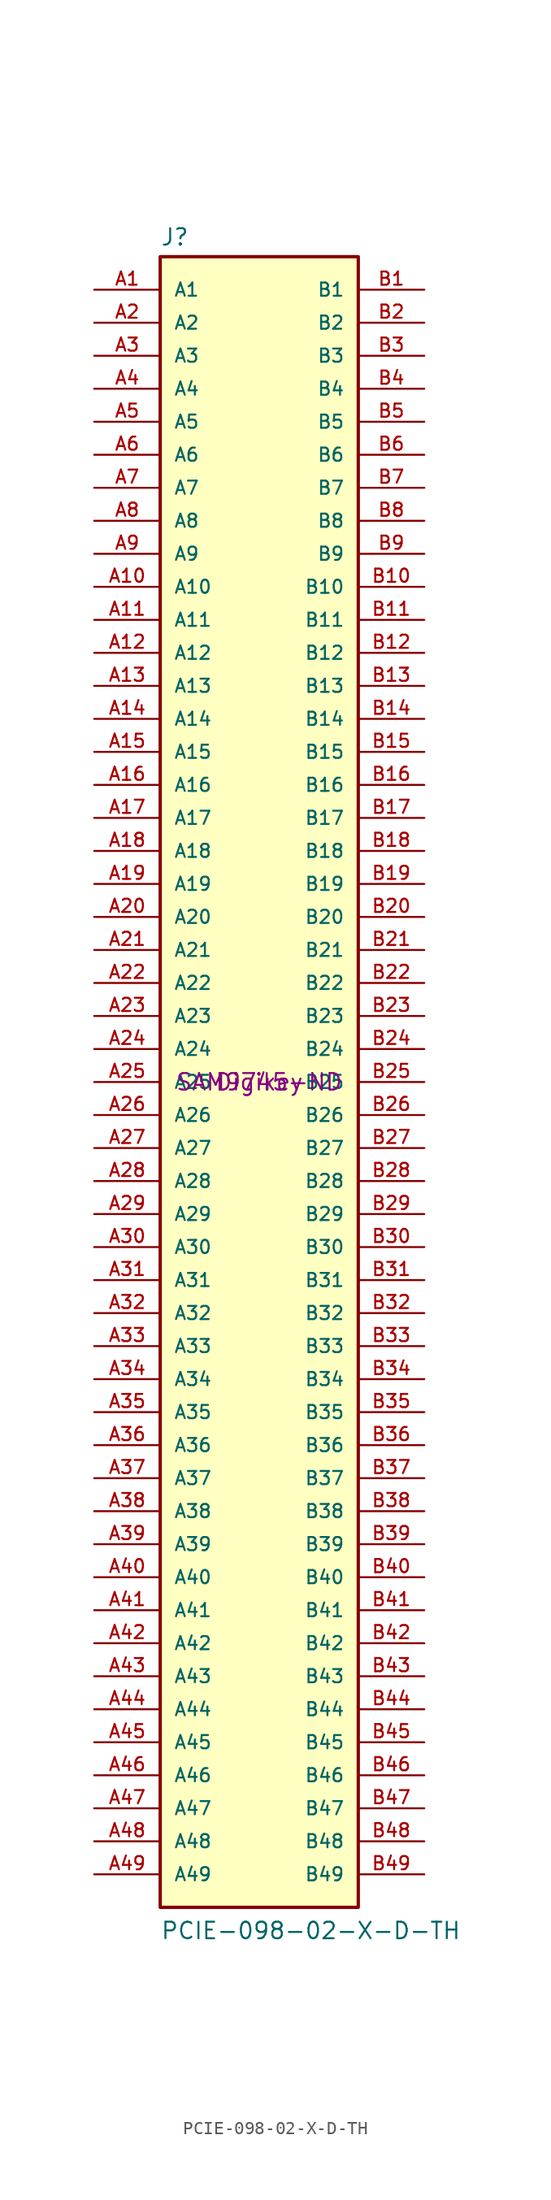
<source format=kicad_sym>
(kicad_symbol_lib
  (version 20220914)
  (generator kicad_symbol_editor)
  (symbol "PCIE-098-02-X-D-TH"
    (pin_names
      (offset 1.016))
    (property "Reference" "J"
      (at -7.62 64.262 0)
      (effects (font (size 1.27 1.27)) (justify left bottom)))
    (property "Value" "PCIE-098-02-X-D-TH"
      (at -7.62 -66.04 0)
      (effects (font (size 1.27 1.27)) (justify left bottom)))
    (property "Supplier" "Digikey"
      (at 0 0 0)
      (effects (font (size 1.27 1.27))))
    (property "Supplier Part No" "SAM9745-ND"
      (at 0 0 0)
      (effects (font (size 1.27 1.27))))
    (symbol "PCIE-098-02-X-D-TH_0_0"
      (rectangle (start -7.62 63.5) (end 7.62 -63.5) (stroke (width 0.254) (type default)) (fill (type background)))
      (pin passive line (at -12.7 60.96 0) (length 5.08) (name "A1" (effects (font (size 1.016 1.016)))) (number "A1" (effects (font (size 1.016 1.016)))))
      (pin passive line (at -12.7 38.1 0) (length 5.08) (name "A10" (effects (font (size 1.016 1.016)))) (number "A10" (effects (font (size 1.016 1.016)))))
      (pin passive line (at -12.7 35.56 0) (length 5.08) (name "A11" (effects (font (size 1.016 1.016)))) (number "A11" (effects (font (size 1.016 1.016)))))
      (pin passive line (at -12.7 33.02 0) (length 5.08) (name "A12" (effects (font (size 1.016 1.016)))) (number "A12" (effects (font (size 1.016 1.016)))))
      (pin passive line (at -12.7 30.48 0) (length 5.08) (name "A13" (effects (font (size 1.016 1.016)))) (number "A13" (effects (font (size 1.016 1.016)))))
      (pin passive line (at -12.7 27.94 0) (length 5.08) (name "A14" (effects (font (size 1.016 1.016)))) (number "A14" (effects (font (size 1.016 1.016)))))
      (pin passive line (at -12.7 25.4 0) (length 5.08) (name "A15" (effects (font (size 1.016 1.016)))) (number "A15" (effects (font (size 1.016 1.016)))))
      (pin passive line (at -12.7 22.86 0) (length 5.08) (name "A16" (effects (font (size 1.016 1.016)))) (number "A16" (effects (font (size 1.016 1.016)))))
      (pin passive line (at -12.7 20.32 0) (length 5.08) (name "A17" (effects (font (size 1.016 1.016)))) (number "A17" (effects (font (size 1.016 1.016)))))
      (pin passive line (at -12.7 17.78 0) (length 5.08) (name "A18" (effects (font (size 1.016 1.016)))) (number "A18" (effects (font (size 1.016 1.016)))))
      (pin passive line (at -12.7 15.24 0) (length 5.08) (name "A19" (effects (font (size 1.016 1.016)))) (number "A19" (effects (font (size 1.016 1.016)))))
      (pin passive line (at -12.7 58.42 0) (length 5.08) (name "A2" (effects (font (size 1.016 1.016)))) (number "A2" (effects (font (size 1.016 1.016)))))
      (pin passive line (at -12.7 12.7 0) (length 5.08) (name "A20" (effects (font (size 1.016 1.016)))) (number "A20" (effects (font (size 1.016 1.016)))))
      (pin passive line (at -12.7 10.16 0) (length 5.08) (name "A21" (effects (font (size 1.016 1.016)))) (number "A21" (effects (font (size 1.016 1.016)))))
      (pin passive line (at -12.7 7.62 0) (length 5.08) (name "A22" (effects (font (size 1.016 1.016)))) (number "A22" (effects (font (size 1.016 1.016)))))
      (pin passive line (at -12.7 5.08 0) (length 5.08) (name "A23" (effects (font (size 1.016 1.016)))) (number "A23" (effects (font (size 1.016 1.016)))))
      (pin passive line (at -12.7 2.54 0) (length 5.08) (name "A24" (effects (font (size 1.016 1.016)))) (number "A24" (effects (font (size 1.016 1.016)))))
      (pin passive line (at -12.7 0 0) (length 5.08) (name "A25" (effects (font (size 1.016 1.016)))) (number "A25" (effects (font (size 1.016 1.016)))))
      (pin passive line (at -12.7 -2.54 0) (length 5.08) (name "A26" (effects (font (size 1.016 1.016)))) (number "A26" (effects (font (size 1.016 1.016)))))
      (pin passive line (at -12.7 -5.08 0) (length 5.08) (name "A27" (effects (font (size 1.016 1.016)))) (number "A27" (effects (font (size 1.016 1.016)))))
      (pin passive line (at -12.7 -7.62 0) (length 5.08) (name "A28" (effects (font (size 1.016 1.016)))) (number "A28" (effects (font (size 1.016 1.016)))))
      (pin passive line (at -12.7 -10.16 0) (length 5.08) (name "A29" (effects (font (size 1.016 1.016)))) (number "A29" (effects (font (size 1.016 1.016)))))
      (pin passive line (at -12.7 55.88 0) (length 5.08) (name "A3" (effects (font (size 1.016 1.016)))) (number "A3" (effects (font (size 1.016 1.016)))))
      (pin passive line (at -12.7 -12.7 0) (length 5.08) (name "A30" (effects (font (size 1.016 1.016)))) (number "A30" (effects (font (size 1.016 1.016)))))
      (pin passive line (at -12.7 -15.24 0) (length 5.08) (name "A31" (effects (font (size 1.016 1.016)))) (number "A31" (effects (font (size 1.016 1.016)))))
      (pin passive line (at -12.7 -17.78 0) (length 5.08) (name "A32" (effects (font (size 1.016 1.016)))) (number "A32" (effects (font (size 1.016 1.016)))))
      (pin passive line (at -12.7 -20.32 0) (length 5.08) (name "A33" (effects (font (size 1.016 1.016)))) (number "A33" (effects (font (size 1.016 1.016)))))
      (pin passive line (at -12.7 -22.86 0) (length 5.08) (name "A34" (effects (font (size 1.016 1.016)))) (number "A34" (effects (font (size 1.016 1.016)))))
      (pin passive line (at -12.7 -25.4 0) (length 5.08) (name "A35" (effects (font (size 1.016 1.016)))) (number "A35" (effects (font (size 1.016 1.016)))))
      (pin passive line (at -12.7 -27.94 0) (length 5.08) (name "A36" (effects (font (size 1.016 1.016)))) (number "A36" (effects (font (size 1.016 1.016)))))
      (pin passive line (at -12.7 -30.48 0) (length 5.08) (name "A37" (effects (font (size 1.016 1.016)))) (number "A37" (effects (font (size 1.016 1.016)))))
      (pin passive line (at -12.7 -33.02 0) (length 5.08) (name "A38" (effects (font (size 1.016 1.016)))) (number "A38" (effects (font (size 1.016 1.016)))))
      (pin passive line (at -12.7 -35.56 0) (length 5.08) (name "A39" (effects (font (size 1.016 1.016)))) (number "A39" (effects (font (size 1.016 1.016)))))
      (pin passive line (at -12.7 53.34 0) (length 5.08) (name "A4" (effects (font (size 1.016 1.016)))) (number "A4" (effects (font (size 1.016 1.016)))))
      (pin passive line (at -12.7 -38.1 0) (length 5.08) (name "A40" (effects (font (size 1.016 1.016)))) (number "A40" (effects (font (size 1.016 1.016)))))
      (pin passive line (at -12.7 -40.64 0) (length 5.08) (name "A41" (effects (font (size 1.016 1.016)))) (number "A41" (effects (font (size 1.016 1.016)))))
      (pin passive line (at -12.7 -43.18 0) (length 5.08) (name "A42" (effects (font (size 1.016 1.016)))) (number "A42" (effects (font (size 1.016 1.016)))))
      (pin passive line (at -12.7 -45.72 0) (length 5.08) (name "A43" (effects (font (size 1.016 1.016)))) (number "A43" (effects (font (size 1.016 1.016)))))
      (pin passive line (at -12.7 -48.26 0) (length 5.08) (name "A44" (effects (font (size 1.016 1.016)))) (number "A44" (effects (font (size 1.016 1.016)))))
      (pin passive line (at -12.7 -50.8 0) (length 5.08) (name "A45" (effects (font (size 1.016 1.016)))) (number "A45" (effects (font (size 1.016 1.016)))))
      (pin passive line (at -12.7 -53.34 0) (length 5.08) (name "A46" (effects (font (size 1.016 1.016)))) (number "A46" (effects (font (size 1.016 1.016)))))
      (pin passive line (at -12.7 -55.88 0) (length 5.08) (name "A47" (effects (font (size 1.016 1.016)))) (number "A47" (effects (font (size 1.016 1.016)))))
      (pin passive line (at -12.7 -58.42 0) (length 5.08) (name "A48" (effects (font (size 1.016 1.016)))) (number "A48" (effects (font (size 1.016 1.016)))))
      (pin passive line (at -12.7 -60.96 0) (length 5.08) (name "A49" (effects (font (size 1.016 1.016)))) (number "A49" (effects (font (size 1.016 1.016)))))
      (pin passive line (at -12.7 50.8 0) (length 5.08) (name "A5" (effects (font (size 1.016 1.016)))) (number "A5" (effects (font (size 1.016 1.016)))))
      (pin passive line (at -12.7 48.26 0) (length 5.08) (name "A6" (effects (font (size 1.016 1.016)))) (number "A6" (effects (font (size 1.016 1.016)))))
      (pin passive line (at -12.7 45.72 0) (length 5.08) (name "A7" (effects (font (size 1.016 1.016)))) (number "A7" (effects (font (size 1.016 1.016)))))
      (pin passive line (at -12.7 43.18 0) (length 5.08) (name "A8" (effects (font (size 1.016 1.016)))) (number "A8" (effects (font (size 1.016 1.016)))))
      (pin passive line (at -12.7 40.64 0) (length 5.08) (name "A9" (effects (font (size 1.016 1.016)))) (number "A9" (effects (font (size 1.016 1.016)))))
      (pin passive line (at 12.7 60.96 180) (length 5.08) (name "B1" (effects (font (size 1.016 1.016)))) (number "B1" (effects (font (size 1.016 1.016)))))
      (pin passive line (at 12.7 38.1 180) (length 5.08) (name "B10" (effects (font (size 1.016 1.016)))) (number "B10" (effects (font (size 1.016 1.016)))))
      (pin passive line (at 12.7 35.56 180) (length 5.08) (name "B11" (effects (font (size 1.016 1.016)))) (number "B11" (effects (font (size 1.016 1.016)))))
      (pin passive line (at 12.7 33.02 180) (length 5.08) (name "B12" (effects (font (size 1.016 1.016)))) (number "B12" (effects (font (size 1.016 1.016)))))
      (pin passive line (at 12.7 30.48 180) (length 5.08) (name "B13" (effects (font (size 1.016 1.016)))) (number "B13" (effects (font (size 1.016 1.016)))))
      (pin passive line (at 12.7 27.94 180) (length 5.08) (name "B14" (effects (font (size 1.016 1.016)))) (number "B14" (effects (font (size 1.016 1.016)))))
      (pin passive line (at 12.7 25.4 180) (length 5.08) (name "B15" (effects (font (size 1.016 1.016)))) (number "B15" (effects (font (size 1.016 1.016)))))
      (pin passive line (at 12.7 22.86 180) (length 5.08) (name "B16" (effects (font (size 1.016 1.016)))) (number "B16" (effects (font (size 1.016 1.016)))))
      (pin passive line (at 12.7 20.32 180) (length 5.08) (name "B17" (effects (font (size 1.016 1.016)))) (number "B17" (effects (font (size 1.016 1.016)))))
      (pin passive line (at 12.7 17.78 180) (length 5.08) (name "B18" (effects (font (size 1.016 1.016)))) (number "B18" (effects (font (size 1.016 1.016)))))
      (pin passive line (at 12.7 15.24 180) (length 5.08) (name "B19" (effects (font (size 1.016 1.016)))) (number "B19" (effects (font (size 1.016 1.016)))))
      (pin passive line (at 12.7 58.42 180) (length 5.08) (name "B2" (effects (font (size 1.016 1.016)))) (number "B2" (effects (font (size 1.016 1.016)))))
      (pin passive line (at 12.7 12.7 180) (length 5.08) (name "B20" (effects (font (size 1.016 1.016)))) (number "B20" (effects (font (size 1.016 1.016)))))
      (pin passive line (at 12.7 10.16 180) (length 5.08) (name "B21" (effects (font (size 1.016 1.016)))) (number "B21" (effects (font (size 1.016 1.016)))))
      (pin passive line (at 12.7 7.62 180) (length 5.08) (name "B22" (effects (font (size 1.016 1.016)))) (number "B22" (effects (font (size 1.016 1.016)))))
      (pin passive line (at 12.7 5.08 180) (length 5.08) (name "B23" (effects (font (size 1.016 1.016)))) (number "B23" (effects (font (size 1.016 1.016)))))
      (pin passive line (at 12.7 2.54 180) (length 5.08) (name "B24" (effects (font (size 1.016 1.016)))) (number "B24" (effects (font (size 1.016 1.016)))))
      (pin passive line (at 12.7 0 180) (length 5.08) (name "B25" (effects (font (size 1.016 1.016)))) (number "B25" (effects (font (size 1.016 1.016)))))
      (pin passive line (at 12.7 -2.54 180) (length 5.08) (name "B26" (effects (font (size 1.016 1.016)))) (number "B26" (effects (font (size 1.016 1.016)))))
      (pin passive line (at 12.7 -5.08 180) (length 5.08) (name "B27" (effects (font (size 1.016 1.016)))) (number "B27" (effects (font (size 1.016 1.016)))))
      (pin passive line (at 12.7 -7.62 180) (length 5.08) (name "B28" (effects (font (size 1.016 1.016)))) (number "B28" (effects (font (size 1.016 1.016)))))
      (pin passive line (at 12.7 -10.16 180) (length 5.08) (name "B29" (effects (font (size 1.016 1.016)))) (number "B29" (effects (font (size 1.016 1.016)))))
      (pin passive line (at 12.7 55.88 180) (length 5.08) (name "B3" (effects (font (size 1.016 1.016)))) (number "B3" (effects (font (size 1.016 1.016)))))
      (pin passive line (at 12.7 -12.7 180) (length 5.08) (name "B30" (effects (font (size 1.016 1.016)))) (number "B30" (effects (font (size 1.016 1.016)))))
      (pin passive line (at 12.7 -15.24 180) (length 5.08) (name "B31" (effects (font (size 1.016 1.016)))) (number "B31" (effects (font (size 1.016 1.016)))))
      (pin passive line (at 12.7 -17.78 180) (length 5.08) (name "B32" (effects (font (size 1.016 1.016)))) (number "B32" (effects (font (size 1.016 1.016)))))
      (pin passive line (at 12.7 -20.32 180) (length 5.08) (name "B33" (effects (font (size 1.016 1.016)))) (number "B33" (effects (font (size 1.016 1.016)))))
      (pin passive line (at 12.7 -22.86 180) (length 5.08) (name "B34" (effects (font (size 1.016 1.016)))) (number "B34" (effects (font (size 1.016 1.016)))))
      (pin passive line (at 12.7 -25.4 180) (length 5.08) (name "B35" (effects (font (size 1.016 1.016)))) (number "B35" (effects (font (size 1.016 1.016)))))
      (pin passive line (at 12.7 -27.94 180) (length 5.08) (name "B36" (effects (font (size 1.016 1.016)))) (number "B36" (effects (font (size 1.016 1.016)))))
      (pin passive line (at 12.7 -30.48 180) (length 5.08) (name "B37" (effects (font (size 1.016 1.016)))) (number "B37" (effects (font (size 1.016 1.016)))))
      (pin passive line (at 12.7 -33.02 180) (length 5.08) (name "B38" (effects (font (size 1.016 1.016)))) (number "B38" (effects (font (size 1.016 1.016)))))
      (pin passive line (at 12.7 -35.56 180) (length 5.08) (name "B39" (effects (font (size 1.016 1.016)))) (number "B39" (effects (font (size 1.016 1.016)))))
      (pin passive line (at 12.7 53.34 180) (length 5.08) (name "B4" (effects (font (size 1.016 1.016)))) (number "B4" (effects (font (size 1.016 1.016)))))
      (pin passive line (at 12.7 -38.1 180) (length 5.08) (name "B40" (effects (font (size 1.016 1.016)))) (number "B40" (effects (font (size 1.016 1.016)))))
      (pin passive line (at 12.7 -40.64 180) (length 5.08) (name "B41" (effects (font (size 1.016 1.016)))) (number "B41" (effects (font (size 1.016 1.016)))))
      (pin passive line (at 12.7 -43.18 180) (length 5.08) (name "B42" (effects (font (size 1.016 1.016)))) (number "B42" (effects (font (size 1.016 1.016)))))
      (pin passive line (at 12.7 -45.72 180) (length 5.08) (name "B43" (effects (font (size 1.016 1.016)))) (number "B43" (effects (font (size 1.016 1.016)))))
      (pin passive line (at 12.7 -48.26 180) (length 5.08) (name "B44" (effects (font (size 1.016 1.016)))) (number "B44" (effects (font (size 1.016 1.016)))))
      (pin passive line (at 12.7 -50.8 180) (length 5.08) (name "B45" (effects (font (size 1.016 1.016)))) (number "B45" (effects (font (size 1.016 1.016)))))
      (pin passive line (at 12.7 -53.34 180) (length 5.08) (name "B46" (effects (font (size 1.016 1.016)))) (number "B46" (effects (font (size 1.016 1.016)))))
      (pin passive line (at 12.7 -55.88 180) (length 5.08) (name "B47" (effects (font (size 1.016 1.016)))) (number "B47" (effects (font (size 1.016 1.016)))))
      (pin passive line (at 12.7 -58.42 180) (length 5.08) (name "B48" (effects (font (size 1.016 1.016)))) (number "B48" (effects (font (size 1.016 1.016)))))
      (pin passive line (at 12.7 -60.96 180) (length 5.08) (name "B49" (effects (font (size 1.016 1.016)))) (number "B49" (effects (font (size 1.016 1.016)))))
      (pin passive line (at 12.7 50.8 180) (length 5.08) (name "B5" (effects (font (size 1.016 1.016)))) (number "B5" (effects (font (size 1.016 1.016)))))
      (pin passive line (at 12.7 48.26 180) (length 5.08) (name "B6" (effects (font (size 1.016 1.016)))) (number "B6" (effects (font (size 1.016 1.016)))))
      (pin passive line (at 12.7 45.72 180) (length 5.08) (name "B7" (effects (font (size 1.016 1.016)))) (number "B7" (effects (font (size 1.016 1.016)))))
      (pin passive line (at 12.7 43.18 180) (length 5.08) (name "B8" (effects (font (size 1.016 1.016)))) (number "B8" (effects (font (size 1.016 1.016)))))
      (pin passive line (at 12.7 40.64 180) (length 5.08) (name "B9" (effects (font (size 1.016 1.016)))) (number "B9" (effects (font (size 1.016 1.016))))))))
</source>
